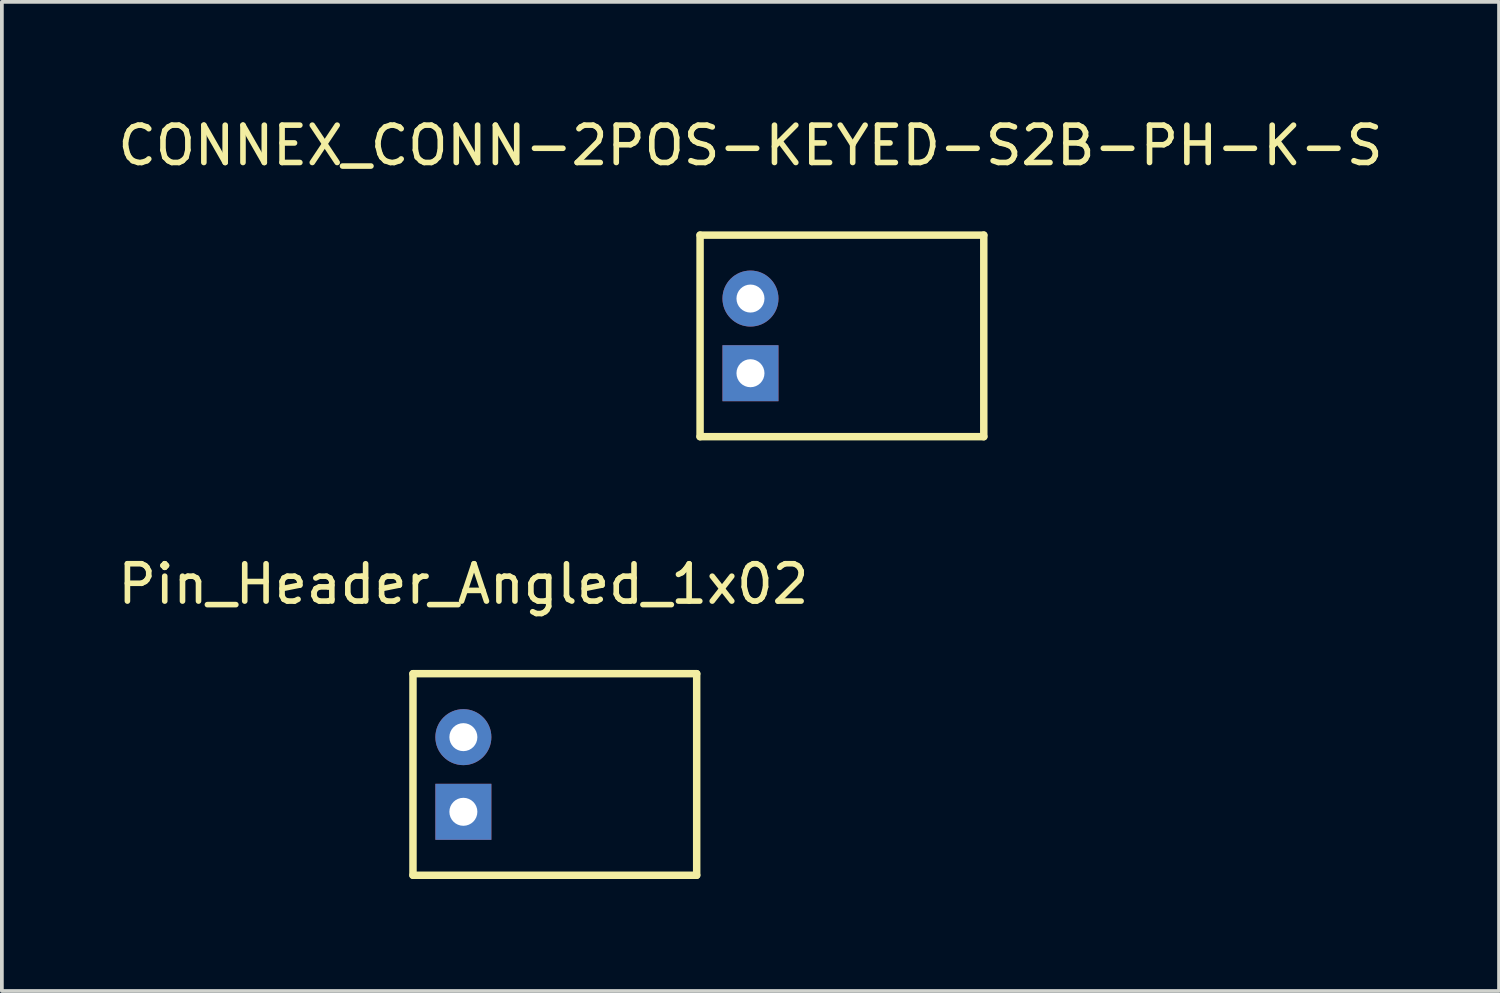
<source format=kicad_pcb>
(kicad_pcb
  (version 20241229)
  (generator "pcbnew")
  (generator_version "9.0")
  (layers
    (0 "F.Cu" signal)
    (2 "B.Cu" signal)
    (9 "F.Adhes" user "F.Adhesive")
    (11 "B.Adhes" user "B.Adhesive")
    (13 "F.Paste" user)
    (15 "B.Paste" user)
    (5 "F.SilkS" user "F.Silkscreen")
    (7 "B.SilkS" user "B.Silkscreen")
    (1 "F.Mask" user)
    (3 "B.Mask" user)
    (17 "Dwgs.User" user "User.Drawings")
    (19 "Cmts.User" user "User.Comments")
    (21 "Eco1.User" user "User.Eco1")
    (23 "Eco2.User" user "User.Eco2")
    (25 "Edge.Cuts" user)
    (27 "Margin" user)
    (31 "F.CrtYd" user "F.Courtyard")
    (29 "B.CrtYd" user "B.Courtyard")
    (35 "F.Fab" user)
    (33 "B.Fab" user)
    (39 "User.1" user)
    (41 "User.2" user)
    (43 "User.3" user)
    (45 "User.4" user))
  (footprint "CONNEX_CONN-2POS-KEYED-S2B-PH-K-S"
    (layer "F.Cu")
    (at 17.054 5.948)
    (property "Reference" "CONNEX_CONN-2POS-KEYED-S2B-PH-K-S" (at 0 -5.1 0) (layer "F.SilkS") (effects (font (size 1 1) (thickness 0.15))))
    (attr through_hole)
    (fp_line (start -1.35 2.7) (end -1.35 -2.7) (stroke (width 0.2) (type solid)) (layer "F.SilkS"))
    (fp_line (start 6.25 -2.7) (end -1.35 -2.7) (stroke (width 0.2) (type solid)) (layer "F.SilkS"))
    (fp_line (start 6.25 2.7) (end -1.35 2.7) (stroke (width 0.2) (type solid)) (layer "F.SilkS"))
    (fp_line (start 6.25 2.7) (end 6.25 -2.7) (stroke (width 0.2) (type solid)) (layer "F.SilkS"))
    (pad "1" thru_hole rect (at 0 1) (size 1.5 1.5) (drill 0.75) (layers "*.Cu" "*.Mask"))
    (pad "2" thru_hole circle (at 0 -1) (size 1.5 1.5) (drill 0.75) (layers "*.Cu" "*.Mask")))
  (footprint "Pin_Header_Angled_1x02"
    (layer "F.Cu")
    (at 9.363 17.697)
    (property "Reference" "Pin_Header_Angled_1x02" (at 0 -5.1 0) (layer "F.SilkS") (effects (font (size 1 1) (thickness 0.15))))
    (attr through_hole)
    (fp_line (start -1.35 2.7) (end -1.35 -2.7) (stroke (width 0.2) (type solid)) (layer "F.SilkS"))
    (fp_line (start 6.25 -2.7) (end -1.35 -2.7) (stroke (width 0.2) (type solid)) (layer "F.SilkS"))
    (fp_line (start 6.25 2.7) (end -1.35 2.7) (stroke (width 0.2) (type solid)) (layer "F.SilkS"))
    (fp_line (start 6.25 2.7) (end 6.25 -2.7) (stroke (width 0.2) (type solid)) (layer "F.SilkS"))
    (pad "1" thru_hole rect (at 0 1) (size 1.5 1.5) (drill 0.75) (layers "*.Cu" "*.Mask"))
    (pad "2" thru_hole circle (at 0 -1) (size 1.5 1.5) (drill 0.75) (layers "*.Cu" "*.Mask")))
  (gr_rect
    (start -3 -3)
    (end 37.107 23.497)
    (stroke (width 0.1) (type default))
    (fill no)
    (layer "Edge.Cuts")))
</source>
